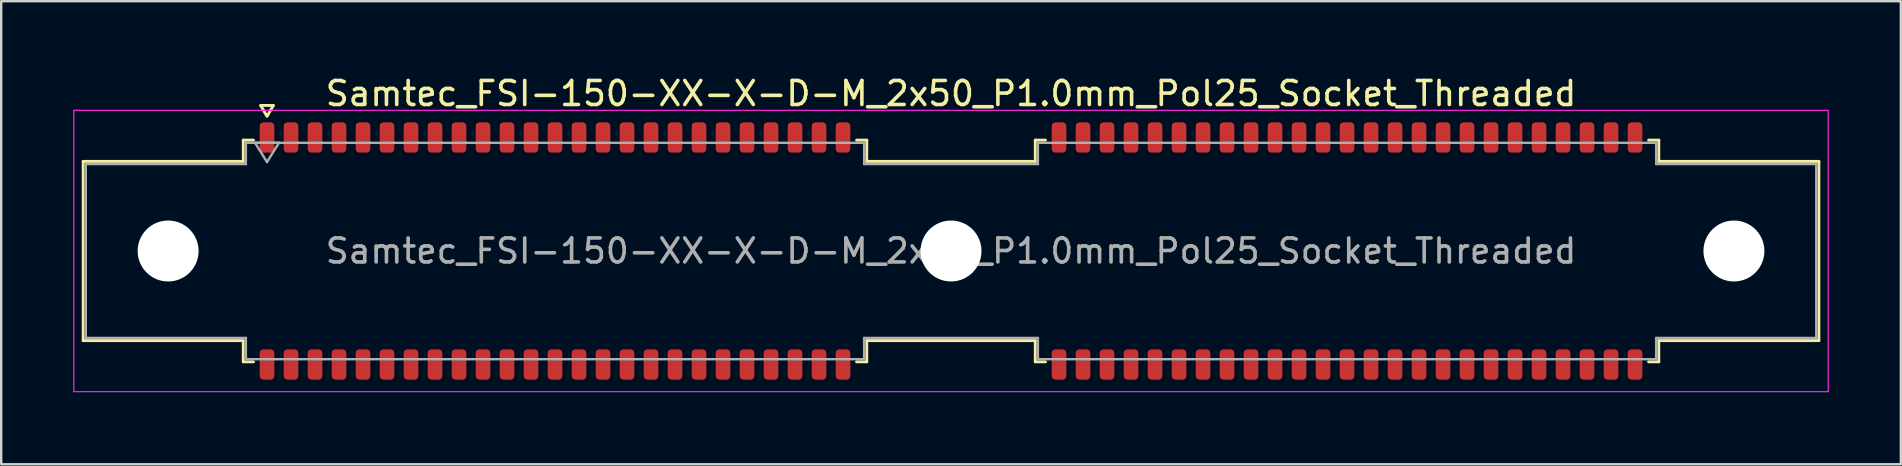
<source format=kicad_pcb>
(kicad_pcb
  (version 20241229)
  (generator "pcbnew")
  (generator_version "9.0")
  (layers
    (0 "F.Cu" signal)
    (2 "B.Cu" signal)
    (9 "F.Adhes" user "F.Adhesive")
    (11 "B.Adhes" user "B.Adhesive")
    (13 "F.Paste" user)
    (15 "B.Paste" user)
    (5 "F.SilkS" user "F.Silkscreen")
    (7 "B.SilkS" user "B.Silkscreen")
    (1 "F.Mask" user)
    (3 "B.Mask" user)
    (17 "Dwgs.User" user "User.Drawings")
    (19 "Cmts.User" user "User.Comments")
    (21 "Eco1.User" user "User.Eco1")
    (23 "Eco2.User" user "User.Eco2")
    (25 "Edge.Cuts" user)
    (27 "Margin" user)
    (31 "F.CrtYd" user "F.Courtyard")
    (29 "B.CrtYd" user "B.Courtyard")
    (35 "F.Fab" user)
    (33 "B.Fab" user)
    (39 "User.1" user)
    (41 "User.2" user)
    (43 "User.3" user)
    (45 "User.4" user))
  (footprint "Samtec_FSI-150-XX-X-D-M_2x50_P1.0mm_Pol25_Socket_Threaded"
    (layer "F.Cu")
    (at 36.575 7.408)
    (property "Reference" "Samtec_FSI-150-XX-X-D-M_2x50_P1.0mm_Pol25_Socket_Threaded" (at 0 -6.56 0) (layer "F.SilkS") (effects (font (size 1 1) (thickness 0.15))))
    (attr smd)
    (fp_line (start -36.16 -3.733) (end -29.49 -3.733) (stroke (width 0.12) (type solid)) (layer "F.SilkS"))
    (fp_line (start -36.16 3.733) (end -36.16 -3.733) (stroke (width 0.12) (type solid)) (layer "F.SilkS"))
    (fp_line (start -29.49 -4.619) (end -29.065 -4.619) (stroke (width 0.12) (type solid)) (layer "F.SilkS"))
    (fp_line (start -29.49 -3.733) (end -29.49 -4.619) (stroke (width 0.12) (type solid)) (layer "F.SilkS"))
    (fp_line (start -29.49 3.733) (end -36.16 3.733) (stroke (width 0.12) (type solid)) (layer "F.SilkS"))
    (fp_line (start -29.49 4.619) (end -29.49 3.733) (stroke (width 0.12) (type solid)) (layer "F.SilkS"))
    (fp_line (start -29.065 4.619) (end -29.49 4.619) (stroke (width 0.12) (type solid)) (layer "F.SilkS"))
    (fp_line (start -28.764 -6.066) (end -28.507 -5.62) (stroke (width 0.12) (type solid)) (layer "F.SilkS"))
    (fp_line (start -28.493 -5.62) (end -28.236 -6.066) (stroke (width 0.12) (type solid)) (layer "F.SilkS"))
    (fp_line (start -28.236 -6.066) (end -28.764 -6.066) (stroke (width 0.12) (type solid)) (layer "F.SilkS"))
    (fp_line (start -3.935 -4.619) (end -3.51 -4.619) (stroke (width 0.12) (type solid)) (layer "F.SilkS"))
    (fp_line (start -3.51 -4.619) (end -3.51 -3.733) (stroke (width 0.12) (type solid)) (layer "F.SilkS"))
    (fp_line (start -3.51 -3.733) (end 3.51 -3.733) (stroke (width 0.12) (type solid)) (layer "F.SilkS"))
    (fp_line (start -3.51 3.733) (end -3.51 4.619) (stroke (width 0.12) (type solid)) (layer "F.SilkS"))
    (fp_line (start -3.51 4.619) (end -3.935 4.619) (stroke (width 0.12) (type solid)) (layer "F.SilkS"))
    (fp_line (start 3.51 -4.619) (end 3.935 -4.619) (stroke (width 0.12) (type solid)) (layer "F.SilkS"))
    (fp_line (start 3.51 -3.733) (end 3.51 -4.619) (stroke (width 0.12) (type solid)) (layer "F.SilkS"))
    (fp_line (start 3.51 3.733) (end -3.51 3.733) (stroke (width 0.12) (type solid)) (layer "F.SilkS"))
    (fp_line (start 3.51 4.619) (end 3.51 3.733) (stroke (width 0.12) (type solid)) (layer "F.SilkS"))
    (fp_line (start 3.935 4.619) (end 3.51 4.619) (stroke (width 0.12) (type solid)) (layer "F.SilkS"))
    (fp_line (start 29.065 -4.619) (end 29.49 -4.619) (stroke (width 0.12) (type solid)) (layer "F.SilkS"))
    (fp_line (start 29.49 -4.619) (end 29.49 -3.733) (stroke (width 0.12) (type solid)) (layer "F.SilkS"))
    (fp_line (start 29.49 -3.733) (end 36.16 -3.733) (stroke (width 0.12) (type solid)) (layer "F.SilkS"))
    (fp_line (start 29.49 3.733) (end 29.49 4.619) (stroke (width 0.12) (type solid)) (layer "F.SilkS"))
    (fp_line (start 29.49 4.619) (end 29.065 4.619) (stroke (width 0.12) (type solid)) (layer "F.SilkS"))
    (fp_line (start 36.16 -3.733) (end 36.16 3.733) (stroke (width 0.12) (type solid)) (layer "F.SilkS"))
    (fp_line (start 36.16 3.733) (end 29.49 3.733) (stroke (width 0.12) (type solid)) (layer "F.SilkS"))
    (fp_line (start -36.55 -5.86) (end -36.55 5.86) (stroke (width 0.05) (type solid)) (layer "F.CrtYd"))
    (fp_line (start -36.55 5.86) (end 36.55 5.86) (stroke (width 0.05) (type solid)) (layer "F.CrtYd"))
    (fp_line (start 36.55 -5.86) (end -36.55 -5.86) (stroke (width 0.05) (type solid)) (layer "F.CrtYd"))
    (fp_line (start 36.55 5.86) (end 36.55 -5.86) (stroke (width 0.05) (type solid)) (layer "F.CrtYd"))
    (fp_line (start -36.05 -3.623) (end -29.38 -3.623) (stroke (width 0.1) (type solid)) (layer "F.Fab"))
    (fp_line (start -36.05 3.623) (end -36.05 -3.623) (stroke (width 0.1) (type solid)) (layer "F.Fab"))
    (fp_line (start -29.38 -4.508) (end -3.62 -4.508) (stroke (width 0.1) (type solid)) (layer "F.Fab"))
    (fp_line (start -29.38 -3.623) (end -29.38 -4.508) (stroke (width 0.1) (type solid)) (layer "F.Fab"))
    (fp_line (start -29.38 3.623) (end -36.05 3.623) (stroke (width 0.1) (type solid)) (layer "F.Fab"))
    (fp_line (start -29.38 4.508) (end -29.38 3.623) (stroke (width 0.1) (type solid)) (layer "F.Fab"))
    (fp_line (start -29 -4.508) (end -28.5 -3.708) (stroke (width 0.1) (type solid)) (layer "F.Fab"))
    (fp_line (start -28.5 -3.708) (end -28 -4.508) (stroke (width 0.1) (type solid)) (layer "F.Fab"))
    (fp_line (start -28 -4.508) (end -29 -4.508) (stroke (width 0.1) (type solid)) (layer "F.Fab"))
    (fp_line (start -3.62 -4.508) (end -3.62 -3.623) (stroke (width 0.1) (type solid)) (layer "F.Fab"))
    (fp_line (start -3.62 -3.623) (end 3.62 -3.623) (stroke (width 0.1) (type solid)) (layer "F.Fab"))
    (fp_line (start -3.62 3.623) (end -3.62 4.508) (stroke (width 0.1) (type solid)) (layer "F.Fab"))
    (fp_line (start -3.62 4.508) (end -29.38 4.508) (stroke (width 0.1) (type solid)) (layer "F.Fab"))
    (fp_line (start 3.62 -4.508) (end 29.38 -4.508) (stroke (width 0.1) (type solid)) (layer "F.Fab"))
    (fp_line (start 3.62 -3.623) (end 3.62 -4.508) (stroke (width 0.1) (type solid)) (layer "F.Fab"))
    (fp_line (start 3.62 3.623) (end -3.62 3.623) (stroke (width 0.1) (type solid)) (layer "F.Fab"))
    (fp_line (start 3.62 4.508) (end 3.62 3.623) (stroke (width 0.1) (type solid)) (layer "F.Fab"))
    (fp_line (start 29.38 -4.508) (end 29.38 -3.623) (stroke (width 0.1) (type solid)) (layer "F.Fab"))
    (fp_line (start 29.38 -3.623) (end 36.05 -3.623) (stroke (width 0.1) (type solid)) (layer "F.Fab"))
    (fp_line (start 29.38 3.623) (end 29.38 4.508) (stroke (width 0.1) (type solid)) (layer "F.Fab"))
    (fp_line (start 29.38 4.508) (end 3.62 4.508) (stroke (width 0.1) (type solid)) (layer "F.Fab"))
    (fp_line (start 36.05 -3.623) (end 36.05 3.623) (stroke (width 0.1) (type solid)) (layer "F.Fab"))
    (fp_line (start 36.05 3.623) (end 29.38 3.623) (stroke (width 0.1) (type solid)) (layer "F.Fab"))
    (fp_text user "${REFERENCE}" (at 0 0 0) (layer "F.Fab") (effects (font (size 1 1) (thickness 0.15))))
    (pad "" np_thru_hole circle (at -32.62 0) (size 2.54 2.54) (drill 2.54) (layers "*.Cu" "*.Mask"))
    (pad "" np_thru_hole circle (at 0 0) (size 2.54 2.54) (drill 2.54) (layers "*.Cu" "*.Mask"))
    (pad "" np_thru_hole circle (at 32.62 0) (size 2.54 2.54) (drill 2.54) (layers "*.Cu" "*.Mask"))
    (pad "1" smd roundrect (at -28.5 -4.73) (size 0.61 1.26) (layers "F.Cu" "F.Mask" "F.Paste") (roundrect_rratio 0.25))
    (pad "2" smd roundrect (at -28.5 4.73) (size 0.61 1.26) (layers "F.Cu" "F.Mask" "F.Paste") (roundrect_rratio 0.25))
    (pad "3" smd roundrect (at -27.5 -4.73) (size 0.61 1.26) (layers "F.Cu" "F.Mask" "F.Paste") (roundrect_rratio 0.25))
    (pad "4" smd roundrect (at -27.5 4.73) (size 0.61 1.26) (layers "F.Cu" "F.Mask" "F.Paste") (roundrect_rratio 0.25))
    (pad "5" smd roundrect (at -26.5 -4.73) (size 0.61 1.26) (layers "F.Cu" "F.Mask" "F.Paste") (roundrect_rratio 0.25))
    (pad "6" smd roundrect (at -26.5 4.73) (size 0.61 1.26) (layers "F.Cu" "F.Mask" "F.Paste") (roundrect_rratio 0.25))
    (pad "7" smd roundrect (at -25.5 -4.73) (size 0.61 1.26) (layers "F.Cu" "F.Mask" "F.Paste") (roundrect_rratio 0.25))
    (pad "8" smd roundrect (at -25.5 4.73) (size 0.61 1.26) (layers "F.Cu" "F.Mask" "F.Paste") (roundrect_rratio 0.25))
    (pad "9" smd roundrect (at -24.5 -4.73) (size 0.61 1.26) (layers "F.Cu" "F.Mask" "F.Paste") (roundrect_rratio 0.25))
    (pad "10" smd roundrect (at -24.5 4.73) (size 0.61 1.26) (layers "F.Cu" "F.Mask" "F.Paste") (roundrect_rratio 0.25))
    (pad "11" smd roundrect (at -23.5 -4.73) (size 0.61 1.26) (layers "F.Cu" "F.Mask" "F.Paste") (roundrect_rratio 0.25))
    (pad "12" smd roundrect (at -23.5 4.73) (size 0.61 1.26) (layers "F.Cu" "F.Mask" "F.Paste") (roundrect_rratio 0.25))
    (pad "13" smd roundrect (at -22.5 -4.73) (size 0.61 1.26) (layers "F.Cu" "F.Mask" "F.Paste") (roundrect_rratio 0.25))
    (pad "14" smd roundrect (at -22.5 4.73) (size 0.61 1.26) (layers "F.Cu" "F.Mask" "F.Paste") (roundrect_rratio 0.25))
    (pad "15" smd roundrect (at -21.5 -4.73) (size 0.61 1.26) (layers "F.Cu" "F.Mask" "F.Paste") (roundrect_rratio 0.25))
    (pad "16" smd roundrect (at -21.5 4.73) (size 0.61 1.26) (layers "F.Cu" "F.Mask" "F.Paste") (roundrect_rratio 0.25))
    (pad "17" smd roundrect (at -20.5 -4.73) (size 0.61 1.26) (layers "F.Cu" "F.Mask" "F.Paste") (roundrect_rratio 0.25))
    (pad "18" smd roundrect (at -20.5 4.73) (size 0.61 1.26) (layers "F.Cu" "F.Mask" "F.Paste") (roundrect_rratio 0.25))
    (pad "19" smd roundrect (at -19.5 -4.73) (size 0.61 1.26) (layers "F.Cu" "F.Mask" "F.Paste") (roundrect_rratio 0.25))
    (pad "20" smd roundrect (at -19.5 4.73) (size 0.61 1.26) (layers "F.Cu" "F.Mask" "F.Paste") (roundrect_rratio 0.25))
    (pad "21" smd roundrect (at -18.5 -4.73) (size 0.61 1.26) (layers "F.Cu" "F.Mask" "F.Paste") (roundrect_rratio 0.25))
    (pad "22" smd roundrect (at -18.5 4.73) (size 0.61 1.26) (layers "F.Cu" "F.Mask" "F.Paste") (roundrect_rratio 0.25))
    (pad "23" smd roundrect (at -17.5 -4.73) (size 0.61 1.26) (layers "F.Cu" "F.Mask" "F.Paste") (roundrect_rratio 0.25))
    (pad "24" smd roundrect (at -17.5 4.73) (size 0.61 1.26) (layers "F.Cu" "F.Mask" "F.Paste") (roundrect_rratio 0.25))
    (pad "25" smd roundrect (at -16.5 -4.73) (size 0.61 1.26) (layers "F.Cu" "F.Mask" "F.Paste") (roundrect_rratio 0.25))
    (pad "26" smd roundrect (at -16.5 4.73) (size 0.61 1.26) (layers "F.Cu" "F.Mask" "F.Paste") (roundrect_rratio 0.25))
    (pad "27" smd roundrect (at -15.5 -4.73) (size 0.61 1.26) (layers "F.Cu" "F.Mask" "F.Paste") (roundrect_rratio 0.25))
    (pad "28" smd roundrect (at -15.5 4.73) (size 0.61 1.26) (layers "F.Cu" "F.Mask" "F.Paste") (roundrect_rratio 0.25))
    (pad "29" smd roundrect (at -14.5 -4.73) (size 0.61 1.26) (layers "F.Cu" "F.Mask" "F.Paste") (roundrect_rratio 0.25))
    (pad "30" smd roundrect (at -14.5 4.73) (size 0.61 1.26) (layers "F.Cu" "F.Mask" "F.Paste") (roundrect_rratio 0.25))
    (pad "31" smd roundrect (at -13.5 -4.73) (size 0.61 1.26) (layers "F.Cu" "F.Mask" "F.Paste") (roundrect_rratio 0.25))
    (pad "32" smd roundrect (at -13.5 4.73) (size 0.61 1.26) (layers "F.Cu" "F.Mask" "F.Paste") (roundrect_rratio 0.25))
    (pad "33" smd roundrect (at -12.5 -4.73) (size 0.61 1.26) (layers "F.Cu" "F.Mask" "F.Paste") (roundrect_rratio 0.25))
    (pad "34" smd roundrect (at -12.5 4.73) (size 0.61 1.26) (layers "F.Cu" "F.Mask" "F.Paste") (roundrect_rratio 0.25))
    (pad "35" smd roundrect (at -11.5 -4.73) (size 0.61 1.26) (layers "F.Cu" "F.Mask" "F.Paste") (roundrect_rratio 0.25))
    (pad "36" smd roundrect (at -11.5 4.73) (size 0.61 1.26) (layers "F.Cu" "F.Mask" "F.Paste") (roundrect_rratio 0.25))
    (pad "37" smd roundrect (at -10.5 -4.73) (size 0.61 1.26) (layers "F.Cu" "F.Mask" "F.Paste") (roundrect_rratio 0.25))
    (pad "38" smd roundrect (at -10.5 4.73) (size 0.61 1.26) (layers "F.Cu" "F.Mask" "F.Paste") (roundrect_rratio 0.25))
    (pad "39" smd roundrect (at -9.5 -4.73) (size 0.61 1.26) (layers "F.Cu" "F.Mask" "F.Paste") (roundrect_rratio 0.25))
    (pad "40" smd roundrect (at -9.5 4.73) (size 0.61 1.26) (layers "F.Cu" "F.Mask" "F.Paste") (roundrect_rratio 0.25))
    (pad "41" smd roundrect (at -8.5 -4.73) (size 0.61 1.26) (layers "F.Cu" "F.Mask" "F.Paste") (roundrect_rratio 0.25))
    (pad "42" smd roundrect (at -8.5 4.73) (size 0.61 1.26) (layers "F.Cu" "F.Mask" "F.Paste") (roundrect_rratio 0.25))
    (pad "43" smd roundrect (at -7.5 -4.73) (size 0.61 1.26) (layers "F.Cu" "F.Mask" "F.Paste") (roundrect_rratio 0.25))
    (pad "44" smd roundrect (at -7.5 4.73) (size 0.61 1.26) (layers "F.Cu" "F.Mask" "F.Paste") (roundrect_rratio 0.25))
    (pad "45" smd roundrect (at -6.5 -4.73) (size 0.61 1.26) (layers "F.Cu" "F.Mask" "F.Paste") (roundrect_rratio 0.25))
    (pad "46" smd roundrect (at -6.5 4.73) (size 0.61 1.26) (layers "F.Cu" "F.Mask" "F.Paste") (roundrect_rratio 0.25))
    (pad "47" smd roundrect (at -5.5 -4.73) (size 0.61 1.26) (layers "F.Cu" "F.Mask" "F.Paste") (roundrect_rratio 0.25))
    (pad "48" smd roundrect (at -5.5 4.73) (size 0.61 1.26) (layers "F.Cu" "F.Mask" "F.Paste") (roundrect_rratio 0.25))
    (pad "49" smd roundrect (at -4.5 -4.73) (size 0.61 1.26) (layers "F.Cu" "F.Mask" "F.Paste") (roundrect_rratio 0.25))
    (pad "50" smd roundrect (at -4.5 4.73) (size 0.61 1.26) (layers "F.Cu" "F.Mask" "F.Paste") (roundrect_rratio 0.25))
    (pad "51" smd roundrect (at 4.5 -4.73) (size 0.61 1.26) (layers "F.Cu" "F.Mask" "F.Paste") (roundrect_rratio 0.25))
    (pad "52" smd roundrect (at 4.5 4.73) (size 0.61 1.26) (layers "F.Cu" "F.Mask" "F.Paste") (roundrect_rratio 0.25))
    (pad "53" smd roundrect (at 5.5 -4.73) (size 0.61 1.26) (layers "F.Cu" "F.Mask" "F.Paste") (roundrect_rratio 0.25))
    (pad "54" smd roundrect (at 5.5 4.73) (size 0.61 1.26) (layers "F.Cu" "F.Mask" "F.Paste") (roundrect_rratio 0.25))
    (pad "55" smd roundrect (at 6.5 -4.73) (size 0.61 1.26) (layers "F.Cu" "F.Mask" "F.Paste") (roundrect_rratio 0.25))
    (pad "56" smd roundrect (at 6.5 4.73) (size 0.61 1.26) (layers "F.Cu" "F.Mask" "F.Paste") (roundrect_rratio 0.25))
    (pad "57" smd roundrect (at 7.5 -4.73) (size 0.61 1.26) (layers "F.Cu" "F.Mask" "F.Paste") (roundrect_rratio 0.25))
    (pad "58" smd roundrect (at 7.5 4.73) (size 0.61 1.26) (layers "F.Cu" "F.Mask" "F.Paste") (roundrect_rratio 0.25))
    (pad "59" smd roundrect (at 8.5 -4.73) (size 0.61 1.26) (layers "F.Cu" "F.Mask" "F.Paste") (roundrect_rratio 0.25))
    (pad "60" smd roundrect (at 8.5 4.73) (size 0.61 1.26) (layers "F.Cu" "F.Mask" "F.Paste") (roundrect_rratio 0.25))
    (pad "61" smd roundrect (at 9.5 -4.73) (size 0.61 1.26) (layers "F.Cu" "F.Mask" "F.Paste") (roundrect_rratio 0.25))
    (pad "62" smd roundrect (at 9.5 4.73) (size 0.61 1.26) (layers "F.Cu" "F.Mask" "F.Paste") (roundrect_rratio 0.25))
    (pad "63" smd roundrect (at 10.5 -4.73) (size 0.61 1.26) (layers "F.Cu" "F.Mask" "F.Paste") (roundrect_rratio 0.25))
    (pad "64" smd roundrect (at 10.5 4.73) (size 0.61 1.26) (layers "F.Cu" "F.Mask" "F.Paste") (roundrect_rratio 0.25))
    (pad "65" smd roundrect (at 11.5 -4.73) (size 0.61 1.26) (layers "F.Cu" "F.Mask" "F.Paste") (roundrect_rratio 0.25))
    (pad "66" smd roundrect (at 11.5 4.73) (size 0.61 1.26) (layers "F.Cu" "F.Mask" "F.Paste") (roundrect_rratio 0.25))
    (pad "67" smd roundrect (at 12.5 -4.73) (size 0.61 1.26) (layers "F.Cu" "F.Mask" "F.Paste") (roundrect_rratio 0.25))
    (pad "68" smd roundrect (at 12.5 4.73) (size 0.61 1.26) (layers "F.Cu" "F.Mask" "F.Paste") (roundrect_rratio 0.25))
    (pad "69" smd roundrect (at 13.5 -4.73) (size 0.61 1.26) (layers "F.Cu" "F.Mask" "F.Paste") (roundrect_rratio 0.25))
    (pad "70" smd roundrect (at 13.5 4.73) (size 0.61 1.26) (layers "F.Cu" "F.Mask" "F.Paste") (roundrect_rratio 0.25))
    (pad "71" smd roundrect (at 14.5 -4.73) (size 0.61 1.26) (layers "F.Cu" "F.Mask" "F.Paste") (roundrect_rratio 0.25))
    (pad "72" smd roundrect (at 14.5 4.73) (size 0.61 1.26) (layers "F.Cu" "F.Mask" "F.Paste") (roundrect_rratio 0.25))
    (pad "73" smd roundrect (at 15.5 -4.73) (size 0.61 1.26) (layers "F.Cu" "F.Mask" "F.Paste") (roundrect_rratio 0.25))
    (pad "74" smd roundrect (at 15.5 4.73) (size 0.61 1.26) (layers "F.Cu" "F.Mask" "F.Paste") (roundrect_rratio 0.25))
    (pad "75" smd roundrect (at 16.5 -4.73) (size 0.61 1.26) (layers "F.Cu" "F.Mask" "F.Paste") (roundrect_rratio 0.25))
    (pad "76" smd roundrect (at 16.5 4.73) (size 0.61 1.26) (layers "F.Cu" "F.Mask" "F.Paste") (roundrect_rratio 0.25))
    (pad "77" smd roundrect (at 17.5 -4.73) (size 0.61 1.26) (layers "F.Cu" "F.Mask" "F.Paste") (roundrect_rratio 0.25))
    (pad "78" smd roundrect (at 17.5 4.73) (size 0.61 1.26) (layers "F.Cu" "F.Mask" "F.Paste") (roundrect_rratio 0.25))
    (pad "79" smd roundrect (at 18.5 -4.73) (size 0.61 1.26) (layers "F.Cu" "F.Mask" "F.Paste") (roundrect_rratio 0.25))
    (pad "80" smd roundrect (at 18.5 4.73) (size 0.61 1.26) (layers "F.Cu" "F.Mask" "F.Paste") (roundrect_rratio 0.25))
    (pad "81" smd roundrect (at 19.5 -4.73) (size 0.61 1.26) (layers "F.Cu" "F.Mask" "F.Paste") (roundrect_rratio 0.25))
    (pad "82" smd roundrect (at 19.5 4.73) (size 0.61 1.26) (layers "F.Cu" "F.Mask" "F.Paste") (roundrect_rratio 0.25))
    (pad "83" smd roundrect (at 20.5 -4.73) (size 0.61 1.26) (layers "F.Cu" "F.Mask" "F.Paste") (roundrect_rratio 0.25))
    (pad "84" smd roundrect (at 20.5 4.73) (size 0.61 1.26) (layers "F.Cu" "F.Mask" "F.Paste") (roundrect_rratio 0.25))
    (pad "85" smd roundrect (at 21.5 -4.73) (size 0.61 1.26) (layers "F.Cu" "F.Mask" "F.Paste") (roundrect_rratio 0.25))
    (pad "86" smd roundrect (at 21.5 4.73) (size 0.61 1.26) (layers "F.Cu" "F.Mask" "F.Paste") (roundrect_rratio 0.25))
    (pad "87" smd roundrect (at 22.5 -4.73) (size 0.61 1.26) (layers "F.Cu" "F.Mask" "F.Paste") (roundrect_rratio 0.25))
    (pad "88" smd roundrect (at 22.5 4.73) (size 0.61 1.26) (layers "F.Cu" "F.Mask" "F.Paste") (roundrect_rratio 0.25))
    (pad "89" smd roundrect (at 23.5 -4.73) (size 0.61 1.26) (layers "F.Cu" "F.Mask" "F.Paste") (roundrect_rratio 0.25))
    (pad "90" smd roundrect (at 23.5 4.73) (size 0.61 1.26) (layers "F.Cu" "F.Mask" "F.Paste") (roundrect_rratio 0.25))
    (pad "91" smd roundrect (at 24.5 -4.73) (size 0.61 1.26) (layers "F.Cu" "F.Mask" "F.Paste") (roundrect_rratio 0.25))
    (pad "92" smd roundrect (at 24.5 4.73) (size 0.61 1.26) (layers "F.Cu" "F.Mask" "F.Paste") (roundrect_rratio 0.25))
    (pad "93" smd roundrect (at 25.5 -4.73) (size 0.61 1.26) (layers "F.Cu" "F.Mask" "F.Paste") (roundrect_rratio 0.25))
    (pad "94" smd roundrect (at 25.5 4.73) (size 0.61 1.26) (layers "F.Cu" "F.Mask" "F.Paste") (roundrect_rratio 0.25))
    (pad "95" smd roundrect (at 26.5 -4.73) (size 0.61 1.26) (layers "F.Cu" "F.Mask" "F.Paste") (roundrect_rratio 0.25))
    (pad "96" smd roundrect (at 26.5 4.73) (size 0.61 1.26) (layers "F.Cu" "F.Mask" "F.Paste") (roundrect_rratio 0.25))
    (pad "97" smd roundrect (at 27.5 -4.73) (size 0.61 1.26) (layers "F.Cu" "F.Mask" "F.Paste") (roundrect_rratio 0.25))
    (pad "98" smd roundrect (at 27.5 4.73) (size 0.61 1.26) (layers "F.Cu" "F.Mask" "F.Paste") (roundrect_rratio 0.25))
    (pad "99" smd roundrect (at 28.5 -4.73) (size 0.61 1.26) (layers "F.Cu" "F.Mask" "F.Paste") (roundrect_rratio 0.25))
    (pad "100" smd roundrect (at 28.5 4.73) (size 0.61 1.26) (layers "F.Cu" "F.Mask" "F.Paste") (roundrect_rratio 0.25)))
  (gr_rect
    (start -3 -3)
    (end 76.15 16.293)
    (stroke (width 0.1) (type default))
    (fill no)
    (layer "Edge.Cuts")))
</source>
